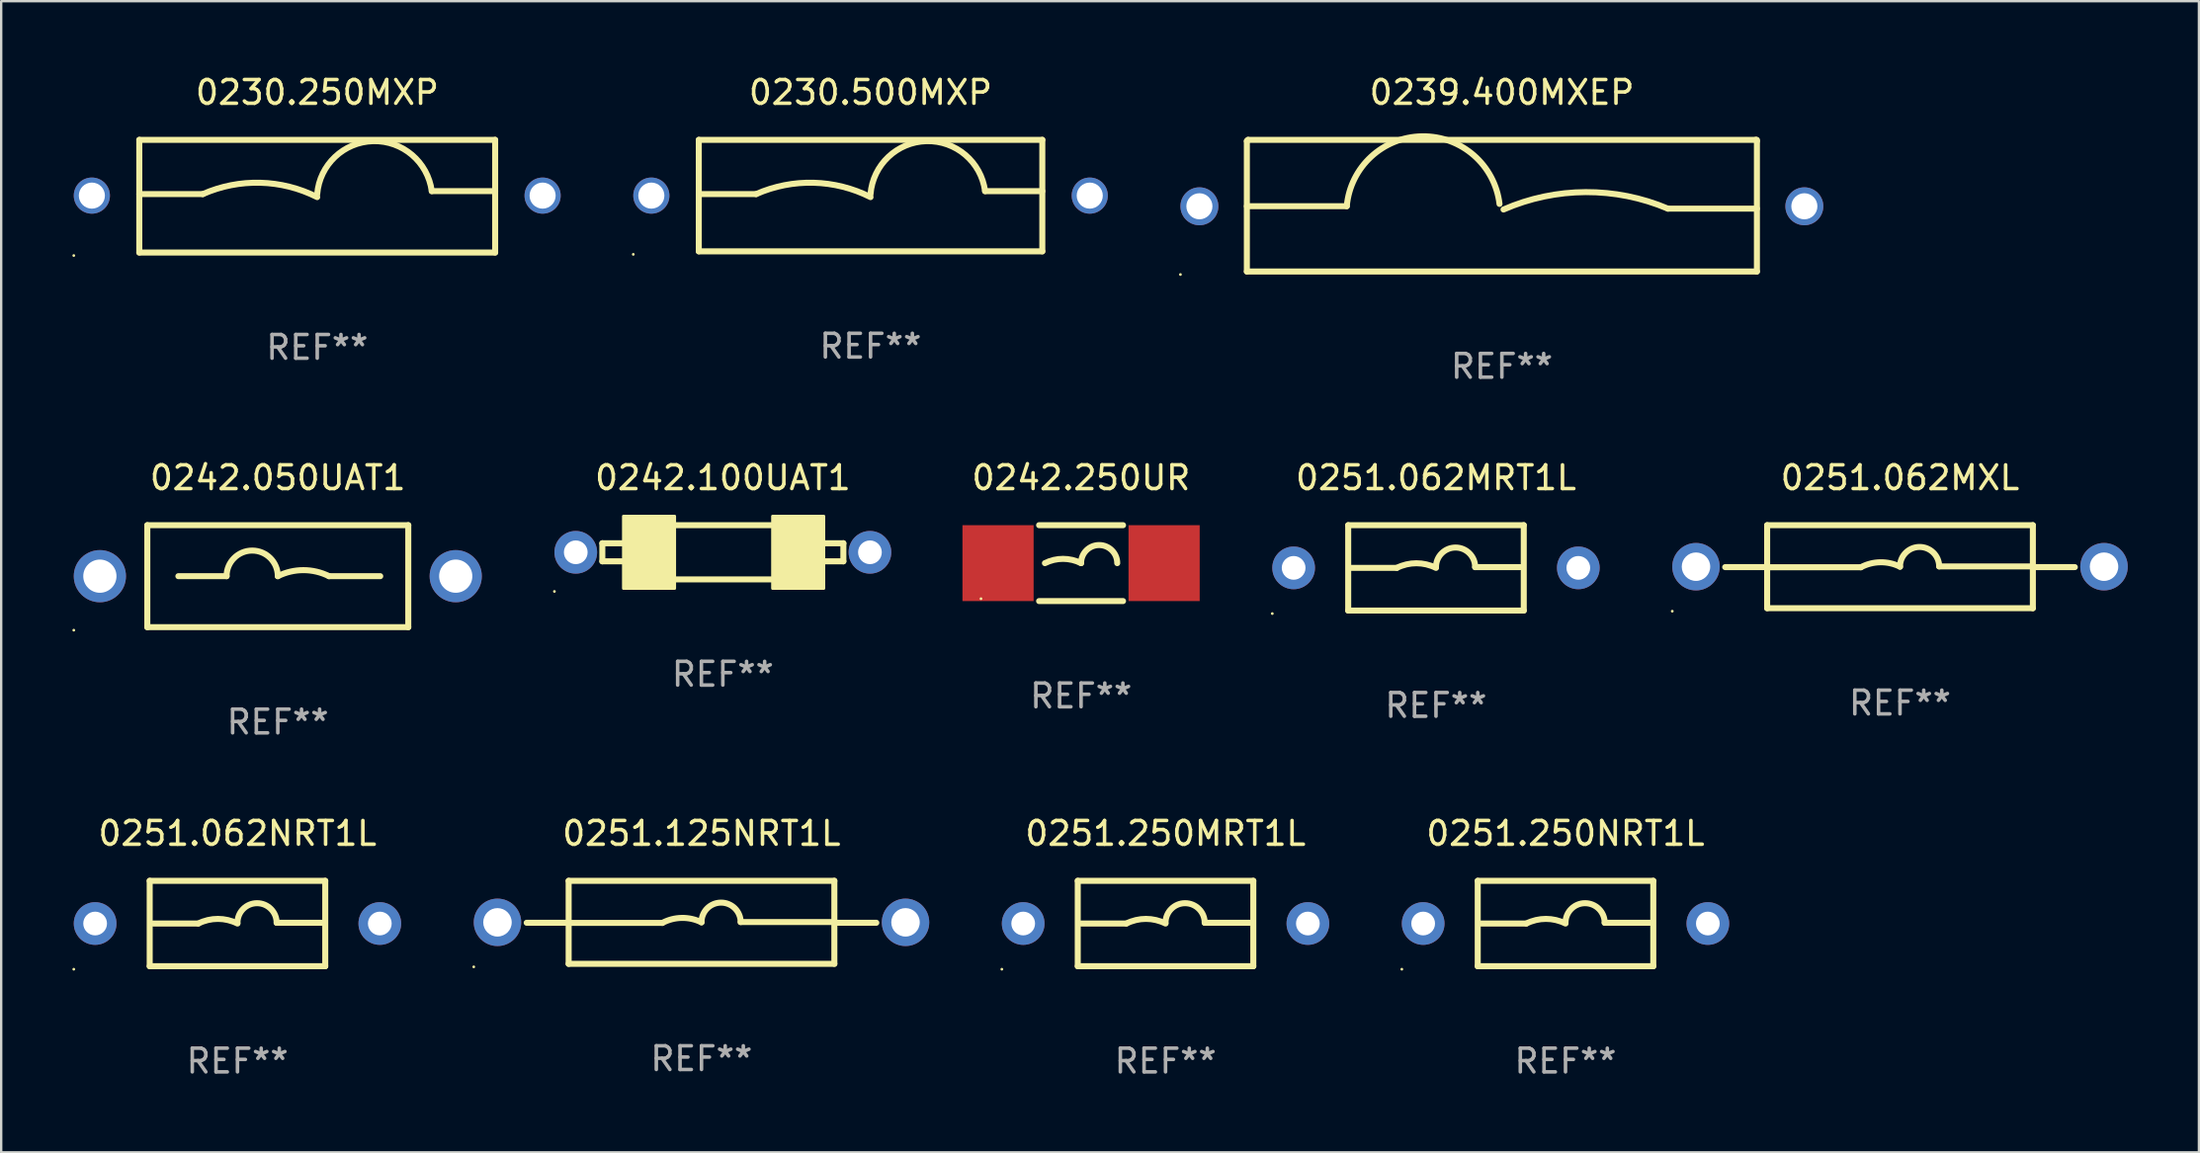
<source format=kicad_pcb>
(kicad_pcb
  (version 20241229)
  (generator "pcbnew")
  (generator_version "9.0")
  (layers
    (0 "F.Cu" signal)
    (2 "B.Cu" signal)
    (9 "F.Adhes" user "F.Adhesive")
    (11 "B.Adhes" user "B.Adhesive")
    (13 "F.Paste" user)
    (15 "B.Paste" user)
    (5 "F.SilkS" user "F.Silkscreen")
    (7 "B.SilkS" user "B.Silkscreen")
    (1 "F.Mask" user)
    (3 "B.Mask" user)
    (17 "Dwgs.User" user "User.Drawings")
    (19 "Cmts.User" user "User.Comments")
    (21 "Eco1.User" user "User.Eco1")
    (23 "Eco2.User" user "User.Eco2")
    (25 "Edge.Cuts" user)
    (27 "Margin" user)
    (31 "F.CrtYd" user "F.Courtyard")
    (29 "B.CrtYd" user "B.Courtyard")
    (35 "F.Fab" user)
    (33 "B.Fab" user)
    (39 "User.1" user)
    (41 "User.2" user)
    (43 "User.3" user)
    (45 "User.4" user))
  (footprint "0251.125NRT1L"
    (layer "F.Cu")
    (at 26.52 35.841)
    (property "Reference" "0251.125NRT1L" (at 0 -3.75 0) (layer "F.SilkS") (effects (font (size 1 1) (thickness 0.15))))
    (attr through_hole)
    (fp_line (start -5.6 0.018) (end -7.369 0.018) (stroke (width 0.254) (type solid)) (layer "F.SilkS"))
    (fp_line (start -5.6 0.024) (end -1.651 0.024) (stroke (width 0.254) (type solid)) (layer "F.SilkS"))
    (fp_line (start -5.6 1.75) (end -5.6 -1.75) (stroke (width 0.254) (type solid)) (layer "F.SilkS"))
    (fp_line (start 5.6 -1.75) (end -5.6 -1.75) (stroke (width 0.254) (type solid)) (layer "F.SilkS"))
    (fp_line (start 5.6 -1.75) (end 5.6 1.75) (stroke (width 0.254) (type solid)) (layer "F.SilkS"))
    (fp_line (start 5.6 -0.012) (end 1.651 -0.012) (stroke (width 0.254) (type solid)) (layer "F.SilkS"))
    (fp_line (start 5.6 0.018) (end 7.369 0.018) (stroke (width 0.254) (type solid)) (layer "F.SilkS"))
    (fp_line (start 5.6 1.75) (end -5.6 1.75) (stroke (width 0.254) (type solid)) (layer "F.SilkS"))
    (fp_arc (start -1.651003 0.024359) (mid -0.828434 -0.186556) (end 0 0.000001) (stroke (width 0.254001) (type solid)) (layer "F.SilkS"))
    (fp_arc (start 0.000001 -0.000001) (mid 0.819576 -0.82554) (end 1.651003 -0.011938) (stroke (width 0.254001) (type solid)) (layer "F.SilkS"))
    (fp_circle (center -9.6 1.877) (end -9.57 1.877) (stroke (width 0.06) (type solid)) (fill no) (layer "F.SilkS"))
    (fp_text user "REF**" (at 0 5.75 0) (layer "F.Fab") (effects (font (size 1 1) (thickness 0.15))))
    (pad "1" thru_hole circle (at -8.6 0) (size 2 2) (drill 1.2) (layers "*.Cu" "*.Mask"))
    (pad "2" thru_hole circle (at 8.6 0) (size 2 2) (drill 1.2) (layers "*.Cu" "*.Mask")))
  (footprint "0242.050UAT1"
    (layer "F.Cu")
    (at 8.66 21.245)
    (property "Reference" "0242.050UAT1" (at 0 -4.15 0) (layer "F.SilkS") (effects (font (size 1 1) (thickness 0.15))))
    (attr through_hole)
    (fp_line (start -5.5 -2.15) (end -5.5 2.15) (stroke (width 0.254) (type solid)) (layer "F.SilkS"))
    (fp_line (start -5.5 -2.15) (end 5.5 -2.15) (stroke (width 0.254) (type solid)) (layer "F.SilkS"))
    (fp_line (start -5.5 2.15) (end 5.5 2.15) (stroke (width 0.254) (type solid)) (layer "F.SilkS"))
    (fp_line (start -2.159 0) (end -4.191 0) (stroke (width 0.254) (type solid)) (layer "F.SilkS"))
    (fp_line (start 2.159 0) (end 4.318 0) (stroke (width 0.254) (type solid)) (layer "F.SilkS"))
    (fp_line (start 5.5 -2.15) (end 5.5 2.15) (stroke (width 0.254) (type solid)) (layer "F.SilkS"))
    (fp_arc (start -2.159004 0) (mid -1.079502 -1.079502) (end 0 0) (stroke (width 0.254001) (type solid)) (layer "F.SilkS"))
    (fp_arc (start 0 0) (mid 1.079502 -0.254836) (end 2.159004 0) (stroke (width 0.254001) (type solid)) (layer "F.SilkS"))
    (fp_circle (center -8.6 2.277) (end -8.57 2.277) (stroke (width 0.06) (type solid)) (fill no) (layer "F.SilkS"))
    (fp_text user "REF**" (at 0 6.15 0) (layer "F.Fab") (effects (font (size 1 1) (thickness 0.15))))
    (pad "1" thru_hole circle (at -7.5 0) (size 2.2 2.2) (drill 1.4) (layers "*.Cu" "*.Mask"))
    (pad "2" thru_hole circle (at 7.5 0) (size 2.2 2.2) (drill 1.4) (layers "*.Cu" "*.Mask")))
  (footprint "0251.062NRT1L"
    (layer "F.Cu")
    (at 6.96 35.891)
    (property "Reference" "0251.062NRT1L" (at 0 -3.8 0) (layer "F.SilkS") (effects (font (size 1 1) (thickness 0.15))))
    (attr through_hole)
    (fp_line (start -3.7 -1.8) (end -3.7 1.8) (stroke (width 0.254) (type solid)) (layer "F.SilkS"))
    (fp_line (start -3.7 -1.8) (end 3.7 -1.8) (stroke (width 0.254) (type solid)) (layer "F.SilkS"))
    (fp_line (start -3.7 1.8) (end 3.7 1.8) (stroke (width 0.254) (type solid)) (layer "F.SilkS"))
    (fp_line (start -3.556 0) (end -1.651 0) (stroke (width 0.254) (type solid)) (layer "F.SilkS"))
    (fp_line (start 3.556 -0.032) (end 1.651 -0.032) (stroke (width 0.254) (type solid)) (layer "F.SilkS"))
    (fp_line (start 3.7 -1.8) (end 3.7 1.8) (stroke (width 0.254) (type solid)) (layer "F.SilkS"))
    (fp_arc (start -1.651003 0) (mid -0.825502 -0.194874) (end 0 0) (stroke (width 0.254001) (type solid)) (layer "F.SilkS"))
    (fp_arc (start 0.000025 -0.031699) (mid 0.825527 -0.857201) (end 1.651029 -0.031699) (stroke (width 0.254001) (type solid)) (layer "F.SilkS"))
    (fp_circle (center -6.9 1.927) (end -6.87 1.927) (stroke (width 0.06) (type solid)) (fill no) (layer "F.SilkS"))
    (fp_text user "REF**" (at 0 5.8 0) (layer "F.Fab") (effects (font (size 1 1) (thickness 0.15))))
    (pad "1" thru_hole circle (at -6 0) (size 1.8 1.8) (drill 1) (layers "*.Cu" "*.Mask"))
    (pad "2" thru_hole circle (at 6 0) (size 1.8 1.8) (drill 1) (layers "*.Cu" "*.Mask")))
  (footprint "0251.062MRT1L"
    (layer "F.Cu")
    (at 57.48 20.895)
    (property "Reference" "0251.062MRT1L" (at 0 -3.8 0) (layer "F.SilkS") (effects (font (size 1 1) (thickness 0.15))))
    (attr through_hole)
    (fp_line (start -3.7 -1.8) (end -3.7 1.8) (stroke (width 0.254) (type solid)) (layer "F.SilkS"))
    (fp_line (start -3.7 -1.8) (end 3.7 -1.8) (stroke (width 0.254) (type solid)) (layer "F.SilkS"))
    (fp_line (start -3.7 1.8) (end 3.7 1.8) (stroke (width 0.254) (type solid)) (layer "F.SilkS"))
    (fp_line (start -3.556 0) (end -1.651 0) (stroke (width 0.254) (type solid)) (layer "F.SilkS"))
    (fp_line (start 3.556 -0.032) (end 1.651 -0.032) (stroke (width 0.254) (type solid)) (layer "F.SilkS"))
    (fp_line (start 3.7 -1.8) (end 3.7 1.8) (stroke (width 0.254) (type solid)) (layer "F.SilkS"))
    (fp_arc (start -1.651003 0) (mid -0.825502 -0.194874) (end 0 0) (stroke (width 0.254001) (type solid)) (layer "F.SilkS"))
    (fp_arc (start 0.000025 -0.031699) (mid 0.825527 -0.857201) (end 1.651029 -0.031699) (stroke (width 0.254001) (type solid)) (layer "F.SilkS"))
    (fp_circle (center -6.9 1.927) (end -6.87 1.927) (stroke (width 0.06) (type solid)) (fill no) (layer "F.SilkS"))
    (fp_text user "REF**" (at 0 5.8 0) (layer "F.Fab") (effects (font (size 1 1) (thickness 0.15))))
    (pad "1" thru_hole circle (at -6 0) (size 1.8 1.8) (drill 1) (layers "*.Cu" "*.Mask"))
    (pad "2" thru_hole circle (at 6 0) (size 1.8 1.8) (drill 1) (layers "*.Cu" "*.Mask")))
  (footprint "0251.250MRT1L"
    (layer "F.Cu")
    (at 46.08 35.891)
    (property "Reference" "0251.250MRT1L" (at 0 -3.8 0) (layer "F.SilkS") (effects (font (size 1 1) (thickness 0.15))))
    (attr through_hole)
    (fp_line (start -3.7 -1.8) (end -3.7 1.8) (stroke (width 0.254) (type solid)) (layer "F.SilkS"))
    (fp_line (start -3.7 -1.8) (end 3.7 -1.8) (stroke (width 0.254) (type solid)) (layer "F.SilkS"))
    (fp_line (start -3.7 1.8) (end 3.7 1.8) (stroke (width 0.254) (type solid)) (layer "F.SilkS"))
    (fp_line (start -3.556 0) (end -1.651 0) (stroke (width 0.254) (type solid)) (layer "F.SilkS"))
    (fp_line (start 3.556 -0.032) (end 1.651 -0.032) (stroke (width 0.254) (type solid)) (layer "F.SilkS"))
    (fp_line (start 3.7 -1.8) (end 3.7 1.8) (stroke (width 0.254) (type solid)) (layer "F.SilkS"))
    (fp_arc (start -1.651003 0) (mid -0.825502 -0.194874) (end 0 0) (stroke (width 0.254001) (type solid)) (layer "F.SilkS"))
    (fp_arc (start 0.000025 -0.031699) (mid 0.825527 -0.857201) (end 1.651029 -0.031699) (stroke (width 0.254001) (type solid)) (layer "F.SilkS"))
    (fp_circle (center -6.9 1.927) (end -6.87 1.927) (stroke (width 0.06) (type solid)) (fill no) (layer "F.SilkS"))
    (fp_text user "REF**" (at 0 5.8 0) (layer "F.Fab") (effects (font (size 1 1) (thickness 0.15))))
    (pad "1" thru_hole circle (at -6 0) (size 1.8 1.8) (drill 1) (layers "*.Cu" "*.Mask"))
    (pad "2" thru_hole circle (at 6 0) (size 1.8 1.8) (drill 1) (layers "*.Cu" "*.Mask")))
  (footprint "0242.250UR"
    (layer "F.Cu")
    (at 42.52 20.695)
    (property "Reference" "0242.250UR" (at 0 -3.6 0) (layer "F.SilkS") (effects (font (size 1 1) (thickness 0.15))))
    (attr through_hole)
    (fp_line (start -1.769 -1.6) (end 1.769 -1.6) (stroke (width 0.254) (type solid)) (layer "F.SilkS"))
    (fp_line (start -1.769 1.6) (end 1.769 1.6) (stroke (width 0.254) (type solid)) (layer "F.SilkS"))
    (fp_arc (start -1.524003 0) (mid -0.762002 -0.179884) (end 0 0) (stroke (width 0.254001) (type solid)) (layer "F.SilkS"))
    (fp_arc (start 0.000001 0) (mid 0.762002 -0.762001) (end 1.524003 0) (stroke (width 0.254001) (type solid)) (layer "F.SilkS"))
    (fp_circle (center -4.219 1.5) (end -4.189 1.5) (stroke (width 0.06) (type solid)) (fill no) (layer "F.SilkS"))
    (fp_text user "REF**" (at 0 5.6 0) (layer "F.Fab") (effects (font (size 1 1) (thickness 0.15))))
    (pad "1" smd rect (at -3.5 0) (size 3 3.2) (layers "F.Cu" "F.Mask" "F.Paste"))
    (pad "2" smd rect (at 3.5 0) (size 3 3.2) (layers "F.Cu" "F.Mask" "F.Paste")))
  (footprint "0242.100UAT1"
    (layer "F.Cu")
    (at 27.42 20.238)
    (property "Reference" "0242.100UAT1" (at 0 -3.143 0) (layer "F.SilkS") (effects (font (size 1 1) (thickness 0.15))))
    (attr through_hole)
    (fp_line (start -5.08 -0.381) (end -5.08 0.381) (stroke (width 0.254) (type solid)) (layer "F.SilkS"))
    (fp_line (start -5.08 0.381) (end -4.191 0.381) (stroke (width 0.254) (type solid)) (layer "F.SilkS"))
    (fp_line (start -4.191 -0.381) (end -5.08 -0.381) (stroke (width 0.254) (type solid)) (layer "F.SilkS"))
    (fp_line (start -2.032 -1.143) (end 2.032 -1.143) (stroke (width 0.254) (type solid)) (layer "F.SilkS"))
    (fp_line (start -2.032 1.143) (end 2.032 1.143) (stroke (width 0.254) (type solid)) (layer "F.SilkS"))
    (fp_line (start 4.318 -0.381) (end 5.08 -0.381) (stroke (width 0.254) (type solid)) (layer "F.SilkS"))
    (fp_line (start 5.08 -0.381) (end 5.08 0.381) (stroke (width 0.254) (type solid)) (layer "F.SilkS"))
    (fp_line (start 5.08 0.381) (end 4.318 0.381) (stroke (width 0.254) (type solid)) (layer "F.SilkS"))
    (fp_circle (center -7.1 1.651) (end -7.07 1.651) (stroke (width 0.06) (type solid)) (fill no) (layer "F.SilkS"))
    (fp_poly (pts (xy -4.191 -1.524) (xy -2.032 -1.524) (xy -2.032 1.524) (xy -4.191 1.524)) (stroke (width 0.12) (type solid)) (fill yes) (layer "F.SilkS"))
    (fp_poly (pts (xy 2.096 -1.524) (xy 4.255 -1.524) (xy 4.255 1.524) (xy 2.096 1.524)) (stroke (width 0.12) (type solid)) (fill yes) (layer "F.SilkS"))
    (fp_text user "REF**" (at 0 5.143 0) (layer "F.Fab") (effects (font (size 1 1) (thickness 0.15))))
    (pad "1" thru_hole circle (at -6.2 0) (size 1.8 1.8) (drill 1) (layers "*.Cu" "*.Mask"))
    (pad "2" thru_hole circle (at 6.2 0) (size 1.8 1.8) (drill 1) (layers "*.Cu" "*.Mask")))
  (footprint "0230.500MXP"
    (layer "F.Cu")
    (at 33.646 5.198)
    (property "Reference" "0230.500MXP" (at 0 -4.35 0) (layer "F.SilkS") (effects (font (size 1 1) (thickness 0.15))))
    (attr through_hole)
    (fp_line (start -7.24 -2.35) (end 7.24 -2.35) (stroke (width 0.254) (type solid)) (layer "F.SilkS"))
    (fp_line (start -7.24 2.35) (end -7.24 -2.35) (stroke (width 0.254) (type solid)) (layer "F.SilkS"))
    (fp_line (start -7.24 2.35) (end 7.24 2.35) (stroke (width 0.254) (type solid)) (layer "F.SilkS"))
    (fp_line (start -4.824 -0.064) (end -7.24 -0.064) (stroke (width 0.254) (type solid)) (layer "F.SilkS"))
    (fp_line (start 4.828 -0.188) (end 7.24 -0.188) (stroke (width 0.254) (type solid)) (layer "F.SilkS"))
    (fp_line (start 7.24 2.35) (end 7.24 -2.35) (stroke (width 0.254) (type solid)) (layer "F.SilkS"))
    (fp_arc (start -4.824359 -0.063754) (mid -2.398785 -0.542073) (end -0.001702 0.063068) (stroke (width 0.254001) (type solid)) (layer "F.SilkS"))
    (fp_arc (start -0.001625 -0.061493) (mid 2.355932 -2.296691) (end 4.827711 -0.188494) (stroke (width 0.254001) (type solid)) (layer "F.SilkS"))
    (fp_circle (center -10.002 2.477) (end -9.972 2.477) (stroke (width 0.06) (type solid)) (fill no) (layer "F.SilkS"))
    (fp_text user "REF**" (at 0 6.35 0) (layer "F.Fab") (effects (font (size 1 1) (thickness 0.15))))
    (pad "1" thru_hole circle (at -9.24 0) (size 1.524 1.524) (drill 1.1) (layers "*.Cu" "*.Mask"))
    (pad "2" thru_hole circle (at 9.24 0) (size 1.524 1.524) (drill 1.1) (layers "*.Cu" "*.Mask")))
  (footprint "0251.250NRT1L"
    (layer "F.Cu")
    (at 62.94 35.891)
    (property "Reference" "0251.250NRT1L" (at 0 -3.8 0) (layer "F.SilkS") (effects (font (size 1 1) (thickness 0.15))))
    (attr through_hole)
    (fp_line (start -3.7 -1.8) (end -3.7 1.8) (stroke (width 0.254) (type solid)) (layer "F.SilkS"))
    (fp_line (start -3.7 -1.8) (end 3.7 -1.8) (stroke (width 0.254) (type solid)) (layer "F.SilkS"))
    (fp_line (start -3.7 1.8) (end 3.7 1.8) (stroke (width 0.254) (type solid)) (layer "F.SilkS"))
    (fp_line (start -3.556 0) (end -1.651 0) (stroke (width 0.254) (type solid)) (layer "F.SilkS"))
    (fp_line (start 3.556 -0.032) (end 1.651 -0.032) (stroke (width 0.254) (type solid)) (layer "F.SilkS"))
    (fp_line (start 3.7 -1.8) (end 3.7 1.8) (stroke (width 0.254) (type solid)) (layer "F.SilkS"))
    (fp_arc (start -1.651003 0) (mid -0.825502 -0.194874) (end 0 0) (stroke (width 0.254001) (type solid)) (layer "F.SilkS"))
    (fp_arc (start 0.000025 -0.031699) (mid 0.825527 -0.857201) (end 1.651029 -0.031699) (stroke (width 0.254001) (type solid)) (layer "F.SilkS"))
    (fp_circle (center -6.9 1.927) (end -6.87 1.927) (stroke (width 0.06) (type solid)) (fill no) (layer "F.SilkS"))
    (fp_text user "REF**" (at 0 5.8 0) (layer "F.Fab") (effects (font (size 1 1) (thickness 0.15))))
    (pad "1" thru_hole circle (at -6 0) (size 1.8 1.8) (drill 1) (layers "*.Cu" "*.Mask"))
    (pad "2" thru_hole circle (at 6 0) (size 1.8 1.8) (drill 1) (layers "*.Cu" "*.Mask")))
  (footprint "0239.400MXEP"
    (layer "F.Cu")
    (at 60.258 5.623)
    (property "Reference" "0239.400MXEP" (at 0 -4.775 0) (layer "F.SilkS") (effects (font (size 1 1) (thickness 0.15))))
    (attr through_hole)
    (fp_line (start -10.75 -2.725) (end -10.7 -2.775) (stroke (width 0.254) (type solid)) (layer "F.SilkS"))
    (fp_line (start -10.75 2.775) (end -10.75 -2.725) (stroke (width 0.254) (type solid)) (layer "F.SilkS"))
    (fp_line (start -10.75 2.775) (end 10.75 2.775) (stroke (width 0.254) (type solid)) (layer "F.SilkS"))
    (fp_line (start -10.7 -2.775) (end 10.7 -2.775) (stroke (width 0.254) (type solid)) (layer "F.SilkS"))
    (fp_line (start -6.538 0.021) (end -10.75 0.021) (stroke (width 0.254) (type solid)) (layer "F.SilkS"))
    (fp_line (start 7 0.125) (end 10.75 0.125) (stroke (width 0.254) (type solid)) (layer "F.SilkS"))
    (fp_line (start 10.7 -2.775) (end 10.75 -2.725) (stroke (width 0.254) (type solid)) (layer "F.SilkS"))
    (fp_line (start 10.75 2.775) (end 10.75 -2.775) (stroke (width 0.254) (type solid)) (layer "F.SilkS"))
    (fp_arc (start -6.538277 0.020573) (mid -3.362163 -2.925392) (end -0.1 -0.075006) (stroke (width 0.254001) (type solid)) (layer "F.SilkS"))
    (fp_arc (start 0.069571 0.160528) (mid 3.531132 -0.572293) (end 7.000025 0.124994) (stroke (width 0.254001) (type solid)) (layer "F.SilkS"))
    (fp_circle (center -13.55 2.902) (end -13.52 2.902) (stroke (width 0.06) (type solid)) (fill no) (layer "F.SilkS"))
    (fp_text user "REF**" (at 0 6.775 0) (layer "F.Fab") (effects (font (size 1 1) (thickness 0.15))))
    (pad "1" thru_hole circle (at -12.75 0.025) (size 1.6 1.6) (drill 1.1) (layers "*.Cu" "*.Mask"))
    (pad "2" thru_hole circle (at 12.75 0.025) (size 1.6 1.6) (drill 1.1) (layers "*.Cu" "*.Mask")))
  (footprint "0251.062MXL"
    (layer "F.Cu")
    (at 77.04 20.845)
    (property "Reference" "0251.062MXL" (at 0 -3.75 0) (layer "F.SilkS") (effects (font (size 1 1) (thickness 0.15))))
    (attr through_hole)
    (fp_line (start -5.6 0.018) (end -7.369 0.018) (stroke (width 0.254) (type solid)) (layer "F.SilkS"))
    (fp_line (start -5.6 0.024) (end -1.651 0.024) (stroke (width 0.254) (type solid)) (layer "F.SilkS"))
    (fp_line (start -5.6 1.75) (end -5.6 -1.75) (stroke (width 0.254) (type solid)) (layer "F.SilkS"))
    (fp_line (start 5.6 -1.75) (end -5.6 -1.75) (stroke (width 0.254) (type solid)) (layer "F.SilkS"))
    (fp_line (start 5.6 -1.75) (end 5.6 1.75) (stroke (width 0.254) (type solid)) (layer "F.SilkS"))
    (fp_line (start 5.6 -0.012) (end 1.651 -0.012) (stroke (width 0.254) (type solid)) (layer "F.SilkS"))
    (fp_line (start 5.6 0.018) (end 7.369 0.018) (stroke (width 0.254) (type solid)) (layer "F.SilkS"))
    (fp_line (start 5.6 1.75) (end -5.6 1.75) (stroke (width 0.254) (type solid)) (layer "F.SilkS"))
    (fp_arc (start -1.651003 0.024359) (mid -0.828434 -0.186556) (end 0 0.000001) (stroke (width 0.254001) (type solid)) (layer "F.SilkS"))
    (fp_arc (start 0.000001 -0.000001) (mid 0.819576 -0.82554) (end 1.651003 -0.011938) (stroke (width 0.254001) (type solid)) (layer "F.SilkS"))
    (fp_circle (center -9.6 1.877) (end -9.57 1.877) (stroke (width 0.06) (type solid)) (fill no) (layer "F.SilkS"))
    (fp_text user "REF**" (at 0 5.75 0) (layer "F.Fab") (effects (font (size 1 1) (thickness 0.15))))
    (pad "1" thru_hole circle (at -8.6 0) (size 2 2) (drill 1.2) (layers "*.Cu" "*.Mask"))
    (pad "2" thru_hole circle (at 8.6 0) (size 2 2) (drill 1.2) (layers "*.Cu" "*.Mask")))
  (footprint "0230.250MXP"
    (layer "F.Cu")
    (at 10.322 5.223)
    (property "Reference" "0230.250MXP" (at 0 -4.375 0) (layer "F.SilkS") (effects (font (size 1 1) (thickness 0.15))))
    (attr through_hole)
    (fp_line (start -7.5 -2.375) (end 7.5 -2.375) (stroke (width 0.254) (type solid)) (layer "F.SilkS"))
    (fp_line (start -7.5 2.375) (end -7.5 -2.375) (stroke (width 0.254) (type solid)) (layer "F.SilkS"))
    (fp_line (start -7.5 2.375) (end 7.5 2.375) (stroke (width 0.254) (type solid)) (layer "F.SilkS"))
    (fp_line (start -4.824 -0.089) (end -7.5 -0.089) (stroke (width 0.254) (type solid)) (layer "F.SilkS"))
    (fp_line (start 4.828 -0.214) (end 7.5 -0.214) (stroke (width 0.254) (type solid)) (layer "F.SilkS"))
    (fp_line (start 7.5 -2.375) (end 7.5 2.375) (stroke (width 0.254) (type solid)) (layer "F.SilkS"))
    (fp_arc (start -4.824359 -0.088748) (mid -2.398785 -0.567067) (end -0.001702 0.038074) (stroke (width 0.254001) (type solid)) (layer "F.SilkS"))
    (fp_arc (start -0.001625 -0.086488) (mid 2.355933 -2.321685) (end 4.827711 -0.213487) (stroke (width 0.254001) (type solid)) (layer "F.SilkS"))
    (fp_circle (center -10.262 2.502) (end -10.232 2.502) (stroke (width 0.06) (type solid)) (fill no) (layer "F.SilkS"))
    (fp_text user "REF**" (at 0 6.375 0) (layer "F.Fab") (effects (font (size 1 1) (thickness 0.15))))
    (pad "1" thru_hole circle (at -9.5 -0.025) (size 1.524 1.524) (drill 1.1) (layers "*.Cu" "*.Mask"))
    (pad "2" thru_hole circle (at 9.5 -0.025) (size 1.524 1.524) (drill 1.1) (layers "*.Cu" "*.Mask")))
  (gr_rect
    (start -3 -3)
    (end 89.64 45.54)
    (stroke (width 0.1) (type default))
    (fill no)
    (layer "Edge.Cuts")))
</source>
